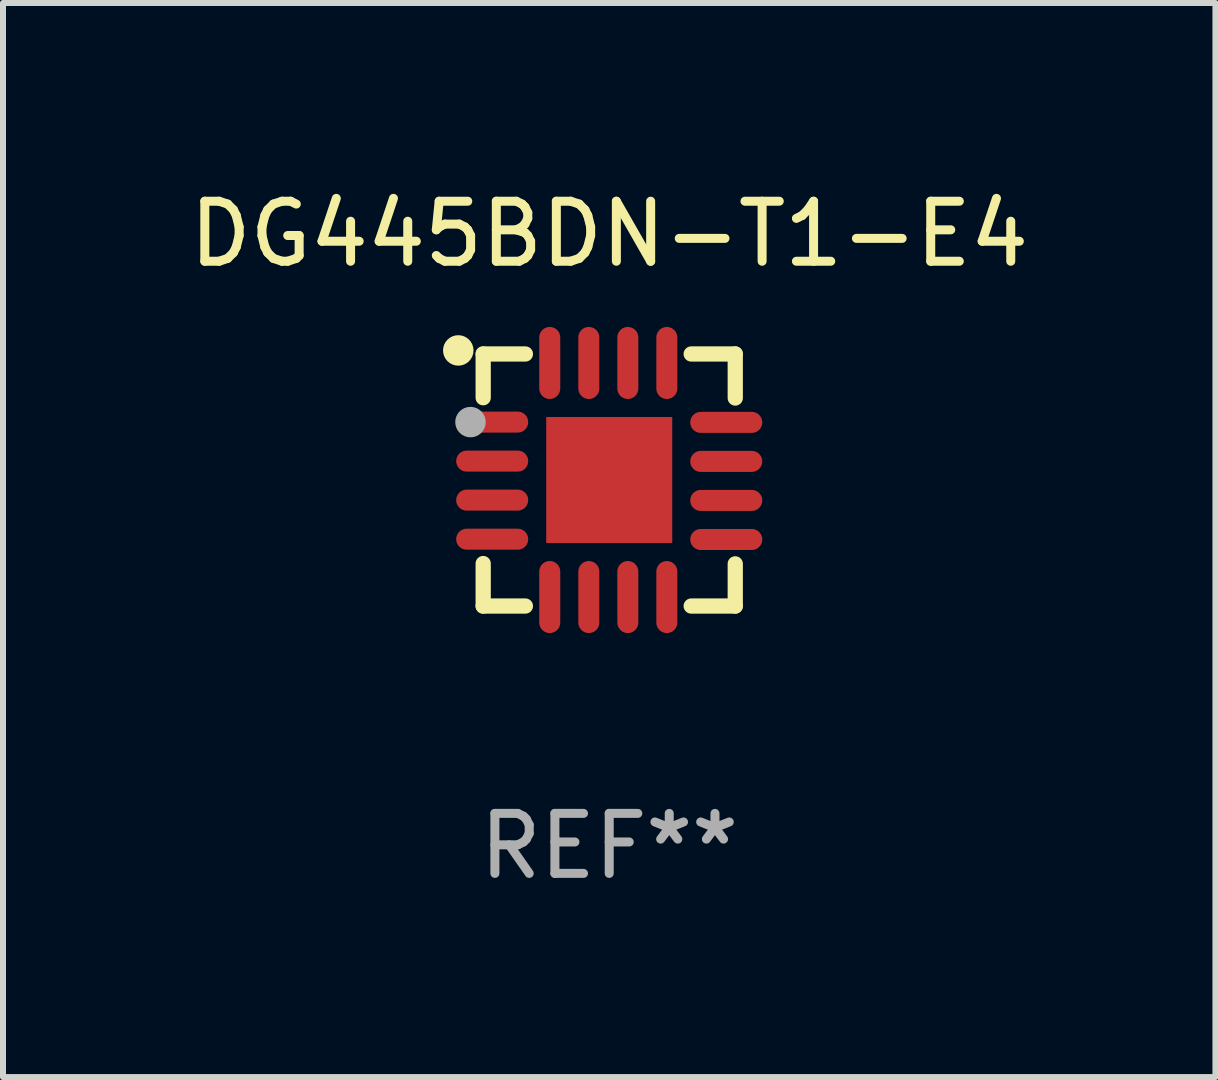
<source format=kicad_pcb>
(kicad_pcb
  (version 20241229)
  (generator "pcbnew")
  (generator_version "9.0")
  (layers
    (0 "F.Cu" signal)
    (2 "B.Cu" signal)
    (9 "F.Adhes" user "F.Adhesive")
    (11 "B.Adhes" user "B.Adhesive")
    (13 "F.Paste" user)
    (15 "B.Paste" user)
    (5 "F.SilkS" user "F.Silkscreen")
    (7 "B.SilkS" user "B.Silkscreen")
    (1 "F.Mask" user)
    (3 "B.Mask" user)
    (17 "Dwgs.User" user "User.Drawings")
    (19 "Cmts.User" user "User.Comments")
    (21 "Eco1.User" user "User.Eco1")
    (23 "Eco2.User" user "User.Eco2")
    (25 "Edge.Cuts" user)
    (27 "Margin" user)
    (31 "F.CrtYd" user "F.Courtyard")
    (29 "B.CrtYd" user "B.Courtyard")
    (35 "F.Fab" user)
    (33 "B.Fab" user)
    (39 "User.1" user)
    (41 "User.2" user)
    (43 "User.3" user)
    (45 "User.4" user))
  (footprint "DG445BDN-T1-E4"
    (layer "F.Cu")
    (at 7.101 4.948)
    (property "Reference" "DG445BDN-T1-E4" (at 0 -4.1 0) (layer "F.SilkS") (effects (font (size 1 1) (thickness 0.15))))
    (attr through_hole)
    (fp_line (start -2.1 -2.1) (end -2.1 -1.371) (stroke (width 0.254) (type solid)) (layer "F.SilkS"))
    (fp_line (start -2.1 -2.1) (end -1.397 -2.1) (stroke (width 0.254) (type solid)) (layer "F.SilkS"))
    (fp_line (start -2.1 1.392) (end -2.1 2.1) (stroke (width 0.254) (type solid)) (layer "F.SilkS"))
    (fp_line (start -2.1 2.1) (end -1.397 2.1) (stroke (width 0.254) (type solid)) (layer "F.SilkS"))
    (fp_line (start 1.366 -2.1) (end 2.1 -2.1) (stroke (width 0.254) (type solid)) (layer "F.SilkS"))
    (fp_line (start 1.366 2.1) (end 2.1 2.1) (stroke (width 0.254) (type solid)) (layer "F.SilkS"))
    (fp_line (start 2.1 -2.1) (end 2.1 -1.366) (stroke (width 0.254) (type solid)) (layer "F.SilkS"))
    (fp_line (start 2.1 1.397) (end 2.1 2.1) (stroke (width 0.254) (type solid)) (layer "F.SilkS"))
    (fp_circle (center -2.515 -2.159) (end -2.388 -2.159) (stroke (width 0.254) (type solid)) (fill no) (layer "F.SilkS"))
    (fp_circle (center -2.045 -1.97) (end -2.015 -1.97) (stroke (width 0.06) (type solid)) (fill no) (layer "F.SilkS"))
    (fp_circle (center -2.312 -0.965) (end -2.185 -0.965) (stroke (width 0.254) (type solid)) (fill no) (layer "F.Fab"))
    (fp_text user "REF**" (at 0 6.1 0) (layer "F.Fab") (effects (font (size 1 1) (thickness 0.15))))
    (pad "1" smd oval (at -1.95 -0.965 270) (size 0.35 1.2) (layers "F.Cu" "F.Mask" "F.Paste"))
    (pad "2" smd oval (at -1.95 -0.315 270) (size 0.35 1.2) (layers "F.Cu" "F.Mask" "F.Paste"))
    (pad "3" smd oval (at -1.95 0.335 270) (size 0.35 1.2) (layers "F.Cu" "F.Mask" "F.Paste"))
    (pad "4" smd oval (at -1.95 0.986 270) (size 0.35 1.2) (layers "F.Cu" "F.Mask" "F.Paste"))
    (pad "5" smd oval (at -0.991 1.95) (size 0.35 1.2) (layers "F.Cu" "F.Mask" "F.Paste"))
    (pad "6" smd oval (at -0.34 1.95) (size 0.35 1.2) (layers "F.Cu" "F.Mask" "F.Paste"))
    (pad "7" smd oval (at 0.31 1.95) (size 0.35 1.2) (layers "F.Cu" "F.Mask" "F.Paste"))
    (pad "8" smd oval (at 0.96 1.95) (size 0.35 1.2) (layers "F.Cu" "F.Mask" "F.Paste"))
    (pad "9" smd oval (at 1.95 0.991 270) (size 0.35 1.2) (layers "F.Cu" "F.Mask" "F.Paste"))
    (pad "10" smd oval (at 1.95 0.34 270) (size 0.35 1.2) (layers "F.Cu" "F.Mask" "F.Paste"))
    (pad "11" smd oval (at 1.95 -0.31 270) (size 0.35 1.2) (layers "F.Cu" "F.Mask" "F.Paste"))
    (pad "12" smd oval (at 1.95 -0.96 270) (size 0.35 1.2) (layers "F.Cu" "F.Mask" "F.Paste"))
    (pad "13" smd oval (at 0.96 -1.95) (size 0.35 1.2) (layers "F.Cu" "F.Mask" "F.Paste"))
    (pad "14" smd oval (at 0.31 -1.95) (size 0.35 1.2) (layers "F.Cu" "F.Mask" "F.Paste"))
    (pad "15" smd oval (at -0.34 -1.95) (size 0.35 1.2) (layers "F.Cu" "F.Mask" "F.Paste"))
    (pad "16" smd oval (at -0.991 -1.95) (size 0.35 1.2) (layers "F.Cu" "F.Mask" "F.Paste"))
    (pad "17" smd rect (at 0 0) (size 2.1 2.1) (layers "F.Cu" "F.Mask" "F.Paste")))
  (gr_rect
    (start -3 -3)
    (end 17.202 14.896)
    (stroke (width 0.1) (type default))
    (fill no)
    (layer "Edge.Cuts")))
</source>
